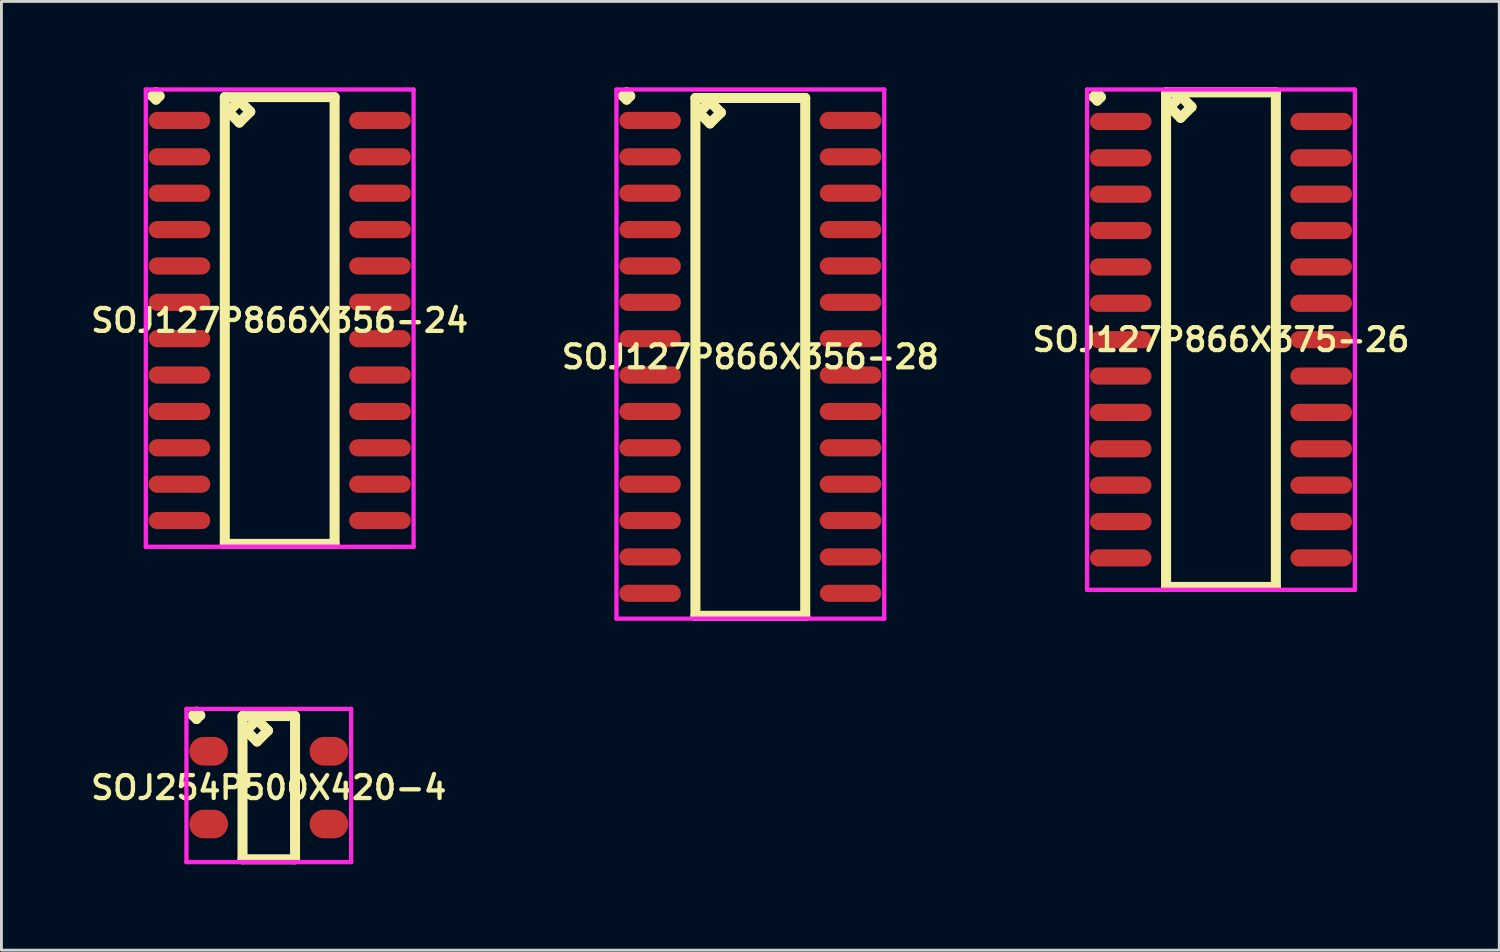
<source format=kicad_pcb>
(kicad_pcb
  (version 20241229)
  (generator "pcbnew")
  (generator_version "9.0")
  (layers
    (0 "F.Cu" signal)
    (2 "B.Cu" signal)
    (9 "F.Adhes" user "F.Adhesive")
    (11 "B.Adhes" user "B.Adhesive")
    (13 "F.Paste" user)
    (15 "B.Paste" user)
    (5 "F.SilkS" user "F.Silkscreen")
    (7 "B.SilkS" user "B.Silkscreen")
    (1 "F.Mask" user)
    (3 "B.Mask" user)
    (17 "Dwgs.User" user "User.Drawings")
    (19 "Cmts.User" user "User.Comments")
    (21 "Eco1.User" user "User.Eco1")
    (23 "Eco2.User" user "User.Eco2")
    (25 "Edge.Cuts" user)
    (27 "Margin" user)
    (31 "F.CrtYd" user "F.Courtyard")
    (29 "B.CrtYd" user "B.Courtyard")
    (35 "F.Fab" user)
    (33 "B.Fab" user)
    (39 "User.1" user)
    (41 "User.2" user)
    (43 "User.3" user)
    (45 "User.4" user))
  (footprint "SOJ127P866X356-24"
    (layer "F.Cu")
    (at 6.716 8.141)
    (property "Reference" "SOJ127P866X356-24" (at 0 0 0) (layer "F.SilkS") (effects (font (size 0.8 0.8) (thickness 0.15))))
    (attr smd)
    (fp_line (start -4.448 -7.839) (end -4.321 -7.966) (stroke (width 0.35) (type solid)) (layer "F.SilkS"))
    (fp_line (start -4.321 -7.966) (end -4.194 -7.839) (stroke (width 0.35) (type solid)) (layer "F.SilkS"))
    (fp_line (start -4.321 -7.712) (end -4.448 -7.839) (stroke (width 0.35) (type solid)) (layer "F.SilkS"))
    (fp_line (start -4.194 -7.839) (end -4.321 -7.712) (stroke (width 0.35) (type solid)) (layer "F.SilkS"))
    (fp_line (start -1.917 -7.8) (end -1.917 7.8) (stroke (width 0.35) (type solid)) (layer "F.SilkS"))
    (fp_line (start -1.917 7.8) (end 1.917 7.8) (stroke (width 0.35) (type solid)) (layer "F.SilkS"))
    (fp_line (start -1.79 -7.292) (end -1.409 -7.673) (stroke (width 0.35) (type solid)) (layer "F.SilkS"))
    (fp_line (start -1.409 -7.673) (end -1.028 -7.292) (stroke (width 0.35) (type solid)) (layer "F.SilkS"))
    (fp_line (start -1.409 -6.911) (end -1.79 -7.292) (stroke (width 0.35) (type solid)) (layer "F.SilkS"))
    (fp_line (start -1.028 -7.292) (end -1.409 -6.911) (stroke (width 0.35) (type solid)) (layer "F.SilkS"))
    (fp_line (start 1.917 -7.8) (end -1.917 -7.8) (stroke (width 0.35) (type solid)) (layer "F.SilkS"))
    (fp_line (start 1.917 7.8) (end 1.917 -7.8) (stroke (width 0.35) (type solid)) (layer "F.SilkS"))
    (fp_line (start -4.675 -8.066) (end 4.675 -8.066) (stroke (width 0.15) (type solid)) (layer "F.CrtYd"))
    (fp_line (start -4.675 7.9) (end -4.675 -8.066) (stroke (width 0.15) (type solid)) (layer "F.CrtYd"))
    (fp_line (start 4.675 -8.066) (end 4.675 7.9) (stroke (width 0.15) (type solid)) (layer "F.CrtYd"))
    (fp_line (start 4.675 7.9) (end -4.675 7.9) (stroke (width 0.15) (type solid)) (layer "F.CrtYd"))
    (pad "1" smd oval (at -3.5 -6.985) (size 2.15 0.6) (layers "F.Cu" "F.Mask" "F.Paste"))
    (pad "2" smd oval (at -3.5 -5.715) (size 2.15 0.6) (layers "F.Cu" "F.Mask" "F.Paste"))
    (pad "3" smd oval (at -3.5 -4.445) (size 2.15 0.6) (layers "F.Cu" "F.Mask" "F.Paste"))
    (pad "4" smd oval (at -3.5 -3.175) (size 2.15 0.6) (layers "F.Cu" "F.Mask" "F.Paste"))
    (pad "5" smd oval (at -3.5 -1.905) (size 2.15 0.6) (layers "F.Cu" "F.Mask" "F.Paste"))
    (pad "6" smd oval (at -3.5 -0.635) (size 2.15 0.6) (layers "F.Cu" "F.Mask" "F.Paste"))
    (pad "7" smd oval (at -3.5 0.635) (size 2.15 0.6) (layers "F.Cu" "F.Mask" "F.Paste"))
    (pad "8" smd oval (at -3.5 1.905) (size 2.15 0.6) (layers "F.Cu" "F.Mask" "F.Paste"))
    (pad "9" smd oval (at -3.5 3.175) (size 2.15 0.6) (layers "F.Cu" "F.Mask" "F.Paste"))
    (pad "10" smd oval (at -3.5 4.445) (size 2.15 0.6) (layers "F.Cu" "F.Mask" "F.Paste"))
    (pad "11" smd oval (at -3.5 5.715) (size 2.15 0.6) (layers "F.Cu" "F.Mask" "F.Paste"))
    (pad "12" smd oval (at -3.5 6.985) (size 2.15 0.6) (layers "F.Cu" "F.Mask" "F.Paste"))
    (pad "13" smd oval (at 3.5 6.985) (size 2.15 0.6) (layers "F.Cu" "F.Mask" "F.Paste"))
    (pad "14" smd oval (at 3.5 5.715) (size 2.15 0.6) (layers "F.Cu" "F.Mask" "F.Paste"))
    (pad "15" smd oval (at 3.5 4.445) (size 2.15 0.6) (layers "F.Cu" "F.Mask" "F.Paste"))
    (pad "16" smd oval (at 3.5 3.175) (size 2.15 0.6) (layers "F.Cu" "F.Mask" "F.Paste"))
    (pad "17" smd oval (at 3.5 1.905) (size 2.15 0.6) (layers "F.Cu" "F.Mask" "F.Paste"))
    (pad "18" smd oval (at 3.5 0.635) (size 2.15 0.6) (layers "F.Cu" "F.Mask" "F.Paste"))
    (pad "19" smd oval (at 3.5 -0.635) (size 2.15 0.6) (layers "F.Cu" "F.Mask" "F.Paste"))
    (pad "20" smd oval (at 3.5 -1.905) (size 2.15 0.6) (layers "F.Cu" "F.Mask" "F.Paste"))
    (pad "21" smd oval (at 3.5 -3.175) (size 2.15 0.6) (layers "F.Cu" "F.Mask" "F.Paste"))
    (pad "22" smd oval (at 3.5 -4.445) (size 2.15 0.6) (layers "F.Cu" "F.Mask" "F.Paste"))
    (pad "23" smd oval (at 3.5 -5.715) (size 2.15 0.6) (layers "F.Cu" "F.Mask" "F.Paste"))
    (pad "24" smd oval (at 3.5 -6.985) (size 2.15 0.6) (layers "F.Cu" "F.Mask" "F.Paste")))
  (footprint "SOJ127P866X356-28"
    (layer "F.Cu")
    (at 23.149 9.411)
    (property "Reference" "SOJ127P866X356-28" (at 0 0 0) (layer "F.SilkS") (effects (font (size 0.8 0.8) (thickness 0.15))))
    (attr smd)
    (fp_line (start -4.448 -9.109) (end -4.321 -9.236) (stroke (width 0.35) (type solid)) (layer "F.SilkS"))
    (fp_line (start -4.321 -9.236) (end -4.194 -9.109) (stroke (width 0.35) (type solid)) (layer "F.SilkS"))
    (fp_line (start -4.321 -8.982) (end -4.448 -9.109) (stroke (width 0.35) (type solid)) (layer "F.SilkS"))
    (fp_line (start -4.194 -9.109) (end -4.321 -8.982) (stroke (width 0.35) (type solid)) (layer "F.SilkS"))
    (fp_line (start -1.917 -9.04) (end -1.917 9.04) (stroke (width 0.35) (type solid)) (layer "F.SilkS"))
    (fp_line (start -1.917 9.04) (end 1.917 9.04) (stroke (width 0.35) (type solid)) (layer "F.SilkS"))
    (fp_line (start -1.79 -8.532) (end -1.409 -8.913) (stroke (width 0.35) (type solid)) (layer "F.SilkS"))
    (fp_line (start -1.409 -8.913) (end -1.028 -8.532) (stroke (width 0.35) (type solid)) (layer "F.SilkS"))
    (fp_line (start -1.409 -8.151) (end -1.79 -8.532) (stroke (width 0.35) (type solid)) (layer "F.SilkS"))
    (fp_line (start -1.028 -8.532) (end -1.409 -8.151) (stroke (width 0.35) (type solid)) (layer "F.SilkS"))
    (fp_line (start 1.917 -9.04) (end -1.917 -9.04) (stroke (width 0.35) (type solid)) (layer "F.SilkS"))
    (fp_line (start 1.917 9.04) (end 1.917 -9.04) (stroke (width 0.35) (type solid)) (layer "F.SilkS"))
    (fp_line (start -4.675 -9.336) (end 4.675 -9.336) (stroke (width 0.15) (type solid)) (layer "F.CrtYd"))
    (fp_line (start -4.675 9.14) (end -4.675 -9.336) (stroke (width 0.15) (type solid)) (layer "F.CrtYd"))
    (fp_line (start 4.675 -9.336) (end 4.675 9.14) (stroke (width 0.15) (type solid)) (layer "F.CrtYd"))
    (fp_line (start 4.675 9.14) (end -4.675 9.14) (stroke (width 0.15) (type solid)) (layer "F.CrtYd"))
    (pad "1" smd oval (at -3.5 -8.255) (size 2.15 0.6) (layers "F.Cu" "F.Mask" "F.Paste"))
    (pad "2" smd oval (at -3.5 -6.985) (size 2.15 0.6) (layers "F.Cu" "F.Mask" "F.Paste"))
    (pad "3" smd oval (at -3.5 -5.715) (size 2.15 0.6) (layers "F.Cu" "F.Mask" "F.Paste"))
    (pad "4" smd oval (at -3.5 -4.445) (size 2.15 0.6) (layers "F.Cu" "F.Mask" "F.Paste"))
    (pad "5" smd oval (at -3.5 -3.175) (size 2.15 0.6) (layers "F.Cu" "F.Mask" "F.Paste"))
    (pad "6" smd oval (at -3.5 -1.905) (size 2.15 0.6) (layers "F.Cu" "F.Mask" "F.Paste"))
    (pad "7" smd oval (at -3.5 -0.635) (size 2.15 0.6) (layers "F.Cu" "F.Mask" "F.Paste"))
    (pad "8" smd oval (at -3.5 0.635) (size 2.15 0.6) (layers "F.Cu" "F.Mask" "F.Paste"))
    (pad "9" smd oval (at -3.5 1.905) (size 2.15 0.6) (layers "F.Cu" "F.Mask" "F.Paste"))
    (pad "10" smd oval (at -3.5 3.175) (size 2.15 0.6) (layers "F.Cu" "F.Mask" "F.Paste"))
    (pad "11" smd oval (at -3.5 4.445) (size 2.15 0.6) (layers "F.Cu" "F.Mask" "F.Paste"))
    (pad "12" smd oval (at -3.5 5.715) (size 2.15 0.6) (layers "F.Cu" "F.Mask" "F.Paste"))
    (pad "13" smd oval (at -3.5 6.985) (size 2.15 0.6) (layers "F.Cu" "F.Mask" "F.Paste"))
    (pad "14" smd oval (at -3.5 8.255) (size 2.15 0.6) (layers "F.Cu" "F.Mask" "F.Paste"))
    (pad "15" smd oval (at 3.5 8.255) (size 2.15 0.6) (layers "F.Cu" "F.Mask" "F.Paste"))
    (pad "16" smd oval (at 3.5 6.985) (size 2.15 0.6) (layers "F.Cu" "F.Mask" "F.Paste"))
    (pad "17" smd oval (at 3.5 5.715) (size 2.15 0.6) (layers "F.Cu" "F.Mask" "F.Paste"))
    (pad "18" smd oval (at 3.5 4.445) (size 2.15 0.6) (layers "F.Cu" "F.Mask" "F.Paste"))
    (pad "19" smd oval (at 3.5 3.175) (size 2.15 0.6) (layers "F.Cu" "F.Mask" "F.Paste"))
    (pad "20" smd oval (at 3.5 1.905) (size 2.15 0.6) (layers "F.Cu" "F.Mask" "F.Paste"))
    (pad "21" smd oval (at 3.5 0.635) (size 2.15 0.6) (layers "F.Cu" "F.Mask" "F.Paste"))
    (pad "22" smd oval (at 3.5 -0.635) (size 2.15 0.6) (layers "F.Cu" "F.Mask" "F.Paste"))
    (pad "23" smd oval (at 3.5 -1.905) (size 2.15 0.6) (layers "F.Cu" "F.Mask" "F.Paste"))
    (pad "24" smd oval (at 3.5 -3.175) (size 2.15 0.6) (layers "F.Cu" "F.Mask" "F.Paste"))
    (pad "25" smd oval (at 3.5 -4.445) (size 2.15 0.6) (layers "F.Cu" "F.Mask" "F.Paste"))
    (pad "26" smd oval (at 3.5 -5.715) (size 2.15 0.6) (layers "F.Cu" "F.Mask" "F.Paste"))
    (pad "27" smd oval (at 3.5 -6.985) (size 2.15 0.6) (layers "F.Cu" "F.Mask" "F.Paste"))
    (pad "28" smd oval (at 3.5 -8.255) (size 2.15 0.6) (layers "F.Cu" "F.Mask" "F.Paste")))
  (footprint "SOJ127P866X375-26"
    (layer "F.Cu")
    (at 39.582 8.81)
    (property "Reference" "SOJ127P866X375-26" (at 0 0 0) (layer "F.SilkS") (effects (font (size 0.8 0.8) (thickness 0.15))))
    (attr smd)
    (fp_line (start -4.448 -8.474) (end -4.321 -8.601) (stroke (width 0.35) (type solid)) (layer "F.SilkS"))
    (fp_line (start -4.321 -8.601) (end -4.194 -8.474) (stroke (width 0.35) (type solid)) (layer "F.SilkS"))
    (fp_line (start -4.321 -8.347) (end -4.448 -8.474) (stroke (width 0.35) (type solid)) (layer "F.SilkS"))
    (fp_line (start -4.194 -8.474) (end -4.321 -8.347) (stroke (width 0.35) (type solid)) (layer "F.SilkS"))
    (fp_line (start -1.917 -8.635) (end -1.917 8.635) (stroke (width 0.35) (type solid)) (layer "F.SilkS"))
    (fp_line (start -1.917 8.635) (end 1.917 8.635) (stroke (width 0.35) (type solid)) (layer "F.SilkS"))
    (fp_line (start -1.79 -8.127) (end -1.409 -8.508) (stroke (width 0.35) (type solid)) (layer "F.SilkS"))
    (fp_line (start -1.409 -8.508) (end -1.028 -8.127) (stroke (width 0.35) (type solid)) (layer "F.SilkS"))
    (fp_line (start -1.409 -7.746) (end -1.79 -8.127) (stroke (width 0.35) (type solid)) (layer "F.SilkS"))
    (fp_line (start -1.028 -8.127) (end -1.409 -7.746) (stroke (width 0.35) (type solid)) (layer "F.SilkS"))
    (fp_line (start 1.917 -8.635) (end -1.917 -8.635) (stroke (width 0.35) (type solid)) (layer "F.SilkS"))
    (fp_line (start 1.917 8.635) (end 1.917 -8.635) (stroke (width 0.35) (type solid)) (layer "F.SilkS"))
    (fp_line (start -4.675 -8.735) (end 4.675 -8.735) (stroke (width 0.15) (type solid)) (layer "F.CrtYd"))
    (fp_line (start -4.675 8.735) (end -4.675 -8.735) (stroke (width 0.15) (type solid)) (layer "F.CrtYd"))
    (fp_line (start 4.675 -8.735) (end 4.675 8.735) (stroke (width 0.15) (type solid)) (layer "F.CrtYd"))
    (fp_line (start 4.675 8.735) (end -4.675 8.735) (stroke (width 0.15) (type solid)) (layer "F.CrtYd"))
    (pad "1" smd oval (at -3.5 -7.62) (size 2.15 0.6) (layers "F.Cu" "F.Mask" "F.Paste"))
    (pad "2" smd oval (at -3.5 -6.35) (size 2.15 0.6) (layers "F.Cu" "F.Mask" "F.Paste"))
    (pad "3" smd oval (at -3.5 -5.08) (size 2.15 0.6) (layers "F.Cu" "F.Mask" "F.Paste"))
    (pad "4" smd oval (at -3.5 -3.81) (size 2.15 0.6) (layers "F.Cu" "F.Mask" "F.Paste"))
    (pad "5" smd oval (at -3.5 -2.54) (size 2.15 0.6) (layers "F.Cu" "F.Mask" "F.Paste"))
    (pad "6" smd oval (at -3.5 -1.27) (size 2.15 0.6) (layers "F.Cu" "F.Mask" "F.Paste"))
    (pad "7" smd oval (at -3.5 0) (size 2.15 0.6) (layers "F.Cu" "F.Mask" "F.Paste"))
    (pad "8" smd oval (at -3.5 1.27) (size 2.15 0.6) (layers "F.Cu" "F.Mask" "F.Paste"))
    (pad "9" smd oval (at -3.5 2.54) (size 2.15 0.6) (layers "F.Cu" "F.Mask" "F.Paste"))
    (pad "10" smd oval (at -3.5 3.81) (size 2.15 0.6) (layers "F.Cu" "F.Mask" "F.Paste"))
    (pad "11" smd oval (at -3.5 5.08) (size 2.15 0.6) (layers "F.Cu" "F.Mask" "F.Paste"))
    (pad "12" smd oval (at -3.5 6.35) (size 2.15 0.6) (layers "F.Cu" "F.Mask" "F.Paste"))
    (pad "13" smd oval (at -3.5 7.62) (size 2.15 0.6) (layers "F.Cu" "F.Mask" "F.Paste"))
    (pad "14" smd oval (at 3.5 7.62) (size 2.15 0.6) (layers "F.Cu" "F.Mask" "F.Paste"))
    (pad "15" smd oval (at 3.5 6.35) (size 2.15 0.6) (layers "F.Cu" "F.Mask" "F.Paste"))
    (pad "16" smd oval (at 3.5 5.08) (size 2.15 0.6) (layers "F.Cu" "F.Mask" "F.Paste"))
    (pad "17" smd oval (at 3.5 3.81) (size 2.15 0.6) (layers "F.Cu" "F.Mask" "F.Paste"))
    (pad "18" smd oval (at 3.5 2.54) (size 2.15 0.6) (layers "F.Cu" "F.Mask" "F.Paste"))
    (pad "19" smd oval (at 3.5 1.27) (size 2.15 0.6) (layers "F.Cu" "F.Mask" "F.Paste"))
    (pad "20" smd oval (at 3.5 0) (size 2.15 0.6) (layers "F.Cu" "F.Mask" "F.Paste"))
    (pad "21" smd oval (at 3.5 -1.27) (size 2.15 0.6) (layers "F.Cu" "F.Mask" "F.Paste"))
    (pad "22" smd oval (at 3.5 -2.54) (size 2.15 0.6) (layers "F.Cu" "F.Mask" "F.Paste"))
    (pad "23" smd oval (at 3.5 -3.81) (size 2.15 0.6) (layers "F.Cu" "F.Mask" "F.Paste"))
    (pad "24" smd oval (at 3.5 -5.08) (size 2.15 0.6) (layers "F.Cu" "F.Mask" "F.Paste"))
    (pad "25" smd oval (at 3.5 -6.35) (size 2.15 0.6) (layers "F.Cu" "F.Mask" "F.Paste"))
    (pad "26" smd oval (at 3.5 -7.62) (size 2.15 0.6) (layers "F.Cu" "F.Mask" "F.Paste")))
  (footprint "SOJ254P500X420-4"
    (layer "F.Cu")
    (at 6.335 24.452)
    (property "Reference" "SOJ254P500X420-4" (at 0 0 0) (layer "F.SilkS") (effects (font (size 0.8 0.8) (thickness 0.15))))
    (attr smd)
    (fp_line (start -2.648 -2.524) (end -2.521 -2.651) (stroke (width 0.35) (type solid)) (layer "F.SilkS"))
    (fp_line (start -2.521 -2.651) (end -2.394 -2.524) (stroke (width 0.35) (type solid)) (layer "F.SilkS"))
    (fp_line (start -2.521 -2.397) (end -2.648 -2.524) (stroke (width 0.35) (type solid)) (layer "F.SilkS"))
    (fp_line (start -2.394 -2.524) (end -2.521 -2.397) (stroke (width 0.35) (type solid)) (layer "F.SilkS"))
    (fp_line (start -0.917 -2.5) (end -0.917 2.5) (stroke (width 0.35) (type solid)) (layer "F.SilkS"))
    (fp_line (start -0.917 2.5) (end 0.917 2.5) (stroke (width 0.35) (type solid)) (layer "F.SilkS"))
    (fp_line (start -0.79 -1.992) (end -0.409 -2.373) (stroke (width 0.35) (type solid)) (layer "F.SilkS"))
    (fp_line (start -0.409 -2.373) (end -0.028 -1.992) (stroke (width 0.35) (type solid)) (layer "F.SilkS"))
    (fp_line (start -0.409 -1.611) (end -0.79 -1.992) (stroke (width 0.35) (type solid)) (layer "F.SilkS"))
    (fp_line (start -0.028 -1.992) (end -0.409 -1.611) (stroke (width 0.35) (type solid)) (layer "F.SilkS"))
    (fp_line (start 0.917 -2.5) (end -0.917 -2.5) (stroke (width 0.35) (type solid)) (layer "F.SilkS"))
    (fp_line (start 0.917 2.5) (end 0.917 -2.5) (stroke (width 0.35) (type solid)) (layer "F.SilkS"))
    (fp_line (start -2.875 -2.751) (end 2.875 -2.751) (stroke (width 0.15) (type solid)) (layer "F.CrtYd"))
    (fp_line (start -2.875 2.6) (end -2.875 -2.751) (stroke (width 0.15) (type solid)) (layer "F.CrtYd"))
    (fp_line (start 2.875 -2.751) (end 2.875 2.6) (stroke (width 0.15) (type solid)) (layer "F.CrtYd"))
    (fp_line (start 2.875 2.6) (end -2.875 2.6) (stroke (width 0.15) (type solid)) (layer "F.CrtYd"))
    (pad "1" smd oval (at -2.1 -1.27) (size 1.35 1) (layers "F.Cu" "F.Mask" "F.Paste"))
    (pad "2" smd oval (at -2.1 1.27) (size 1.35 1) (layers "F.Cu" "F.Mask" "F.Paste"))
    (pad "3" smd oval (at 2.1 1.27) (size 1.35 1) (layers "F.Cu" "F.Mask" "F.Paste"))
    (pad "4" smd oval (at 2.1 -1.27) (size 1.35 1) (layers "F.Cu" "F.Mask" "F.Paste")))
  (gr_rect
    (start -3 -3)
    (end 49.299 30.127)
    (stroke (width 0.1) (type default))
    (fill no)
    (layer "Edge.Cuts")))
</source>
